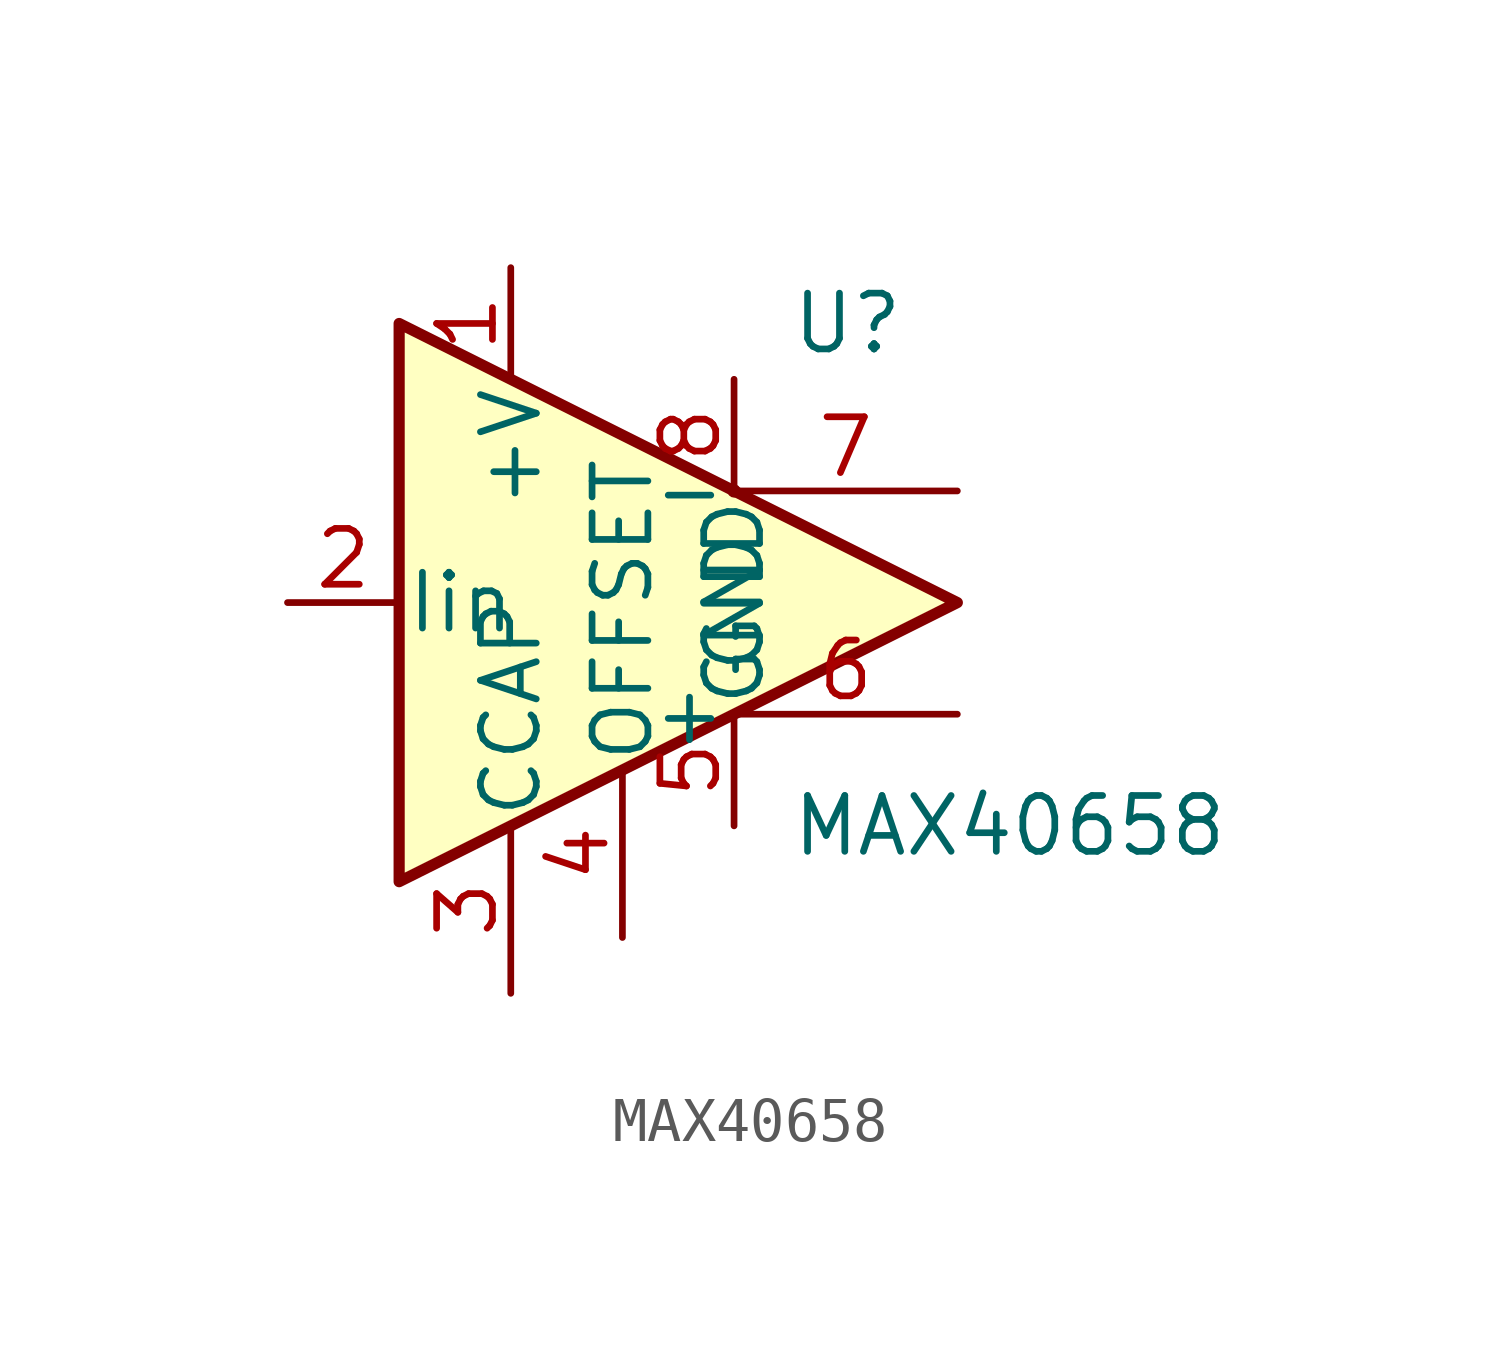
<source format=kicad_sym>
(kicad_symbol_lib
  (version 20241209)
  (generator "kicad_symbol_editor")
  (generator_version "9.0")
  (symbol "MAX40658"
    (pin_names
      (offset 0.127))
    (property "Reference" "U"
      (at 3.81 6.35 0)
      (effects (font (size 1.27 1.27)) (justify left)))
    (property "Value" "MAX40658"
      (at 3.81 -5.08 0)
      (effects (font (size 1.27 1.27)) (justify left)))
    (symbol "MAX40658_0_1"
      (polyline (pts (xy -5.08 6.35) (xy -5.08 -6.35) (xy 7.62 0) (xy -5.08 6.35)) (stroke (width 0.254) (type default)) (fill (type background)))
      (circle (center 2.54 2.54) (radius 0.0001) (stroke (width 0) (type default)) (fill (type none))))
    (symbol "MAX40658_1_1"
      (pin input line (at -7.62 0 0) (length 2.54) (name "Iin" (effects (font (size 1.27 1.27)))) (number "2" (effects (font (size 1.27 1.27)))))
      (pin no_connect line (at -5.08 2.54 0) (length 2.54) (hide yes) (name "NC" (effects (font (size 1.27 1.27)))) (number "1" (effects (font (size 1.27 1.27)))))
      (pin no_connect line (at -5.08 -2.54 0) (length 2.54) (hide yes) (name "NC" (effects (font (size 1.27 1.27)))) (number "3" (effects (font (size 1.27 1.27)))))
      (pin power_in line (at -2.54 7.62 270) (length 2.54) (name "+V" (effects (font (size 1.27 1.27)))) (number "1" (effects (font (size 1.27 1.27)))))
      (pin input line (at -2.54 -8.89 90) (length 3.81) (name "CCAP" (effects (font (size 1.27 1.27)))) (number "3" (effects (font (size 1.27 1.27)))))
      (pin input line (at 0 -7.62 90) (length 3.81) (name "OFFSET" (effects (font (size 1.27 1.27)))) (number "4" (effects (font (size 1.27 1.27)))))
      (pin power_in line (at 2.54 5.08 270) (length 2.54) (name "GND" (effects (font (size 1.27 1.27)))) (number "8" (effects (font (size 1.27 1.27)))))
      (pin power_in line (at 2.54 -5.08 90) (length 2.54) (name "GND" (effects (font (size 1.27 1.27)))) (number "5" (effects (font (size 1.27 1.27)))))
      (pin output line (at 7.62 2.54 180) (length 5.08) (name "-" (effects (font (size 1.27 1.27)))) (number "7" (effects (font (size 1.27 1.27)))))
      (pin output line (at 7.62 -2.54 180) (length 5.08) (name "+" (effects (font (size 1.27 1.27)))) (number "6" (effects (font (size 1.27 1.27))))))))
</source>
